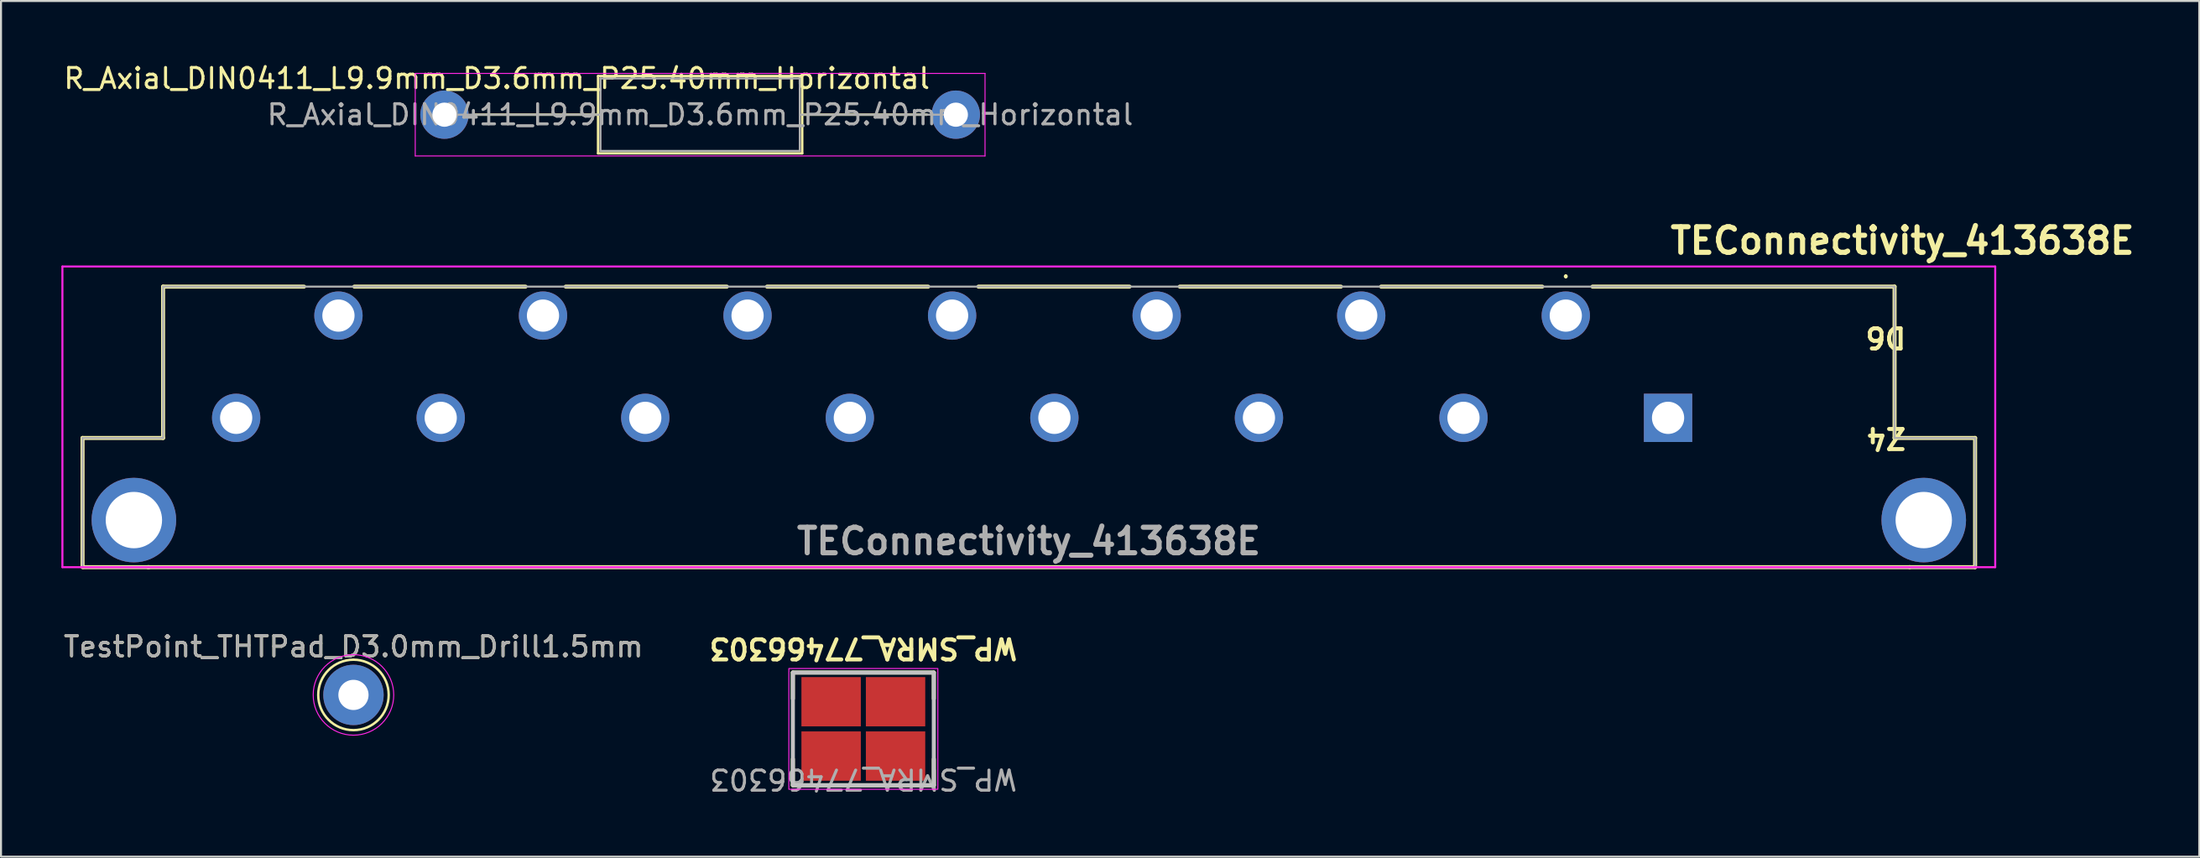
<source format=kicad_pcb>
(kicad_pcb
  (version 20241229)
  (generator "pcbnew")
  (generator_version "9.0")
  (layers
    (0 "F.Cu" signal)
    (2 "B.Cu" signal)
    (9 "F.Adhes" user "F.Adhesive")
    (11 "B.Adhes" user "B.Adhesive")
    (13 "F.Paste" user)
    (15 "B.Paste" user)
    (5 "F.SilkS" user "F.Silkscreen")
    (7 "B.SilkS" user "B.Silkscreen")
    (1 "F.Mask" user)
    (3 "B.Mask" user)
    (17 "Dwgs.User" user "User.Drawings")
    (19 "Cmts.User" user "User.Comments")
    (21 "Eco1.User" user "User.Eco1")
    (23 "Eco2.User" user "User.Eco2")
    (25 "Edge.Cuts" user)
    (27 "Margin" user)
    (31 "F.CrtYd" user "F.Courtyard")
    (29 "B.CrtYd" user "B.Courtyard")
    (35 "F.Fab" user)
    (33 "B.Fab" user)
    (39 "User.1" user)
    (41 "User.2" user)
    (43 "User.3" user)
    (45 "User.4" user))
  (footprint "WP_SMRA_77466303"
    (layer "F.Cu")
    (at 39.831 33.168)
    (property "Reference" "WP_SMRA_77466303" (at 0 -4 180) (unlocked yes) (layer "F.SilkS") (effects (font (size 1 1) (thickness 0.2))))
    (attr smd)
    (fp_line (start -3.5 -2.8) (end -3.5 -1.5) (stroke (width 0.2) (type default)) (layer "F.SilkS"))
    (fp_line (start -3.5 -2.8) (end 3.5 -2.8) (stroke (width 0.2) (type default)) (layer "F.SilkS"))
    (fp_line (start -3.5 1.5) (end -3.5 2.8) (stroke (width 0.2) (type default)) (layer "F.SilkS"))
    (fp_line (start -3.5 2.8) (end 3.5 2.8) (stroke (width 0.2) (type default)) (layer "F.SilkS"))
    (fp_line (start 3.5 -2.8) (end 3.5 -1.5) (stroke (width 0.2) (type default)) (layer "F.SilkS"))
    (fp_line (start 3.5 1.5) (end 3.5 2.8) (stroke (width 0.2) (type default)) (layer "F.SilkS"))
    (fp_rect (start -3.5 -2.8) (end 3.5 2.8) (stroke (width 0.2) (type default)) (fill no) (layer "Dwgs.User"))
    (fp_rect (start -3.7 -3) (end 3.7 3) (stroke (width 0.05) (type default)) (fill no) (layer "F.CrtYd"))
    (fp_text user "${REFERENCE}" (at 0 2.5 180) (unlocked yes) (layer "F.Fab") (effects (font (size 1 1) (thickness 0.15))))
    (pad "1" smd rect (at -1.6 -1.35 180) (size 2.95 2.45) (layers "F.Cu" "F.Mask" "F.Paste"))
    (pad "1" smd rect (at -1.6 1.35 180) (size 2.95 2.45) (layers "F.Cu" "F.Mask" "F.Paste"))
    (pad "1" smd rect (at 1.6 -1.35 180) (size 2.95 2.45) (layers "F.Cu" "F.Mask" "F.Paste"))
    (pad "1" smd rect (at 1.6 1.35 180) (size 2.95 2.45) (layers "F.Cu" "F.Mask" "F.Paste")))
  (footprint "TestPoint_THTPad_D3.0mm_Drill1.5mm"
    (layer "F.Cu")
    (at 14.506 31.48)
    (property "Reference" "TestPoint_THTPad_D3.0mm_Drill1.5mm" (at 0 -2.398 0) (layer "F.SilkS") (effects (font (size 1 1) (thickness 0.15))))
    (attr exclude_from_pos_files)
    (fp_circle (center 0 0) (end 0 1.75) (stroke (width 0.12) (type solid)) (fill no) (layer "F.SilkS"))
    (fp_circle (center 0 0) (end 2 0) (stroke (width 0.05) (type solid)) (fill no) (layer "F.CrtYd"))
    (fp_text user "${REFERENCE}" (at 0 -2.4 0) (layer "F.Fab") (effects (font (size 1 1) (thickness 0.15))))
    (pad "1" thru_hole circle (at 0 0) (size 3 3) (drill 1.5) (layers "*.Cu" "*.Mask")))
  (footprint "R_Axial_DIN0411_L9.9mm_D3.6mm_P25.40mm_Horizontal"
    (layer "F.Cu")
    (at 19.025 2.648)
    (property "Reference" "R_Axial_DIN0411_L9.9mm_D3.6mm_P25.40mm_Horizontal" (at 2.6 -1.8 0) (layer "F.SilkS") (effects (font (size 1 1) (thickness 0.15))))
    (attr through_hole)
    (fp_line (start 1.44 0) (end 7.63 0) (stroke (width 0.12) (type solid)) (layer "F.SilkS"))
    (fp_line (start 7.63 -1.92) (end 7.63 1.92) (stroke (width 0.12) (type solid)) (layer "F.SilkS"))
    (fp_line (start 7.63 1.92) (end 17.77 1.92) (stroke (width 0.12) (type solid)) (layer "F.SilkS"))
    (fp_line (start 17.77 -1.92) (end 7.63 -1.92) (stroke (width 0.12) (type solid)) (layer "F.SilkS"))
    (fp_line (start 17.77 1.92) (end 17.77 -1.92) (stroke (width 0.12) (type solid)) (layer "F.SilkS"))
    (fp_line (start 23.96 0) (end 17.77 0) (stroke (width 0.12) (type solid)) (layer "F.SilkS"))
    (fp_line (start -1.45 -2.05) (end -1.45 2.05) (stroke (width 0.05) (type solid)) (layer "F.CrtYd"))
    (fp_line (start -1.45 2.05) (end 26.85 2.05) (stroke (width 0.05) (type solid)) (layer "F.CrtYd"))
    (fp_line (start 26.85 -2.05) (end -1.45 -2.05) (stroke (width 0.05) (type solid)) (layer "F.CrtYd"))
    (fp_line (start 26.85 2.05) (end 26.85 -2.05) (stroke (width 0.05) (type solid)) (layer "F.CrtYd"))
    (fp_line (start 0 0) (end 7.75 0) (stroke (width 0.1) (type solid)) (layer "F.Fab"))
    (fp_line (start 7.75 -1.8) (end 7.75 1.8) (stroke (width 0.1) (type solid)) (layer "F.Fab"))
    (fp_line (start 7.75 1.8) (end 17.65 1.8) (stroke (width 0.1) (type solid)) (layer "F.Fab"))
    (fp_line (start 17.65 -1.8) (end 7.75 -1.8) (stroke (width 0.1) (type solid)) (layer "F.Fab"))
    (fp_line (start 17.65 1.8) (end 17.65 -1.8) (stroke (width 0.1) (type solid)) (layer "F.Fab"))
    (fp_line (start 25.4 0) (end 17.65 0) (stroke (width 0.1) (type solid)) (layer "F.Fab"))
    (fp_text user "${REFERENCE}" (at 12.7 0 0) (layer "F.Fab") (effects (font (size 1 1) (thickness 0.15))))
    (pad "1" thru_hole circle (at 0 0 180) (size 2.4 2.4) (drill 1.2) (layers "*.Cu" "*.Mask"))
    (pad "2" thru_hole oval (at 25.4 0 180) (size 2.4 2.4) (drill 1.2) (layers "*.Cu" "*.Mask")))
  (footprint "TEConnectivity_413638E"
    (layer "F.Cu")
    (at 74.72 12.632)
    (property "Reference" "TEConnectivity_413638E" (at 16.72 -3.72 0) (layer "F.SilkS") (effects (font (size 1.27 1.27) (thickness 0.254))))
    (attr through_hole dnp)
    (fp_line (start -73.67 6.08) (end -69.67 6.08) (stroke (width 0.2) (type solid)) (layer "F.SilkS"))
    (fp_line (start -73.67 12.5) (end -73.67 6.08) (stroke (width 0.2) (type solid)) (layer "F.SilkS"))
    (fp_line (start -70.375 12.5) (end -73.625 12.5) (stroke (width 0.2) (type solid)) (layer "F.SilkS"))
    (fp_line (start -69.67 -1.44) (end -62.67 -1.44) (stroke (width 0.2) (type solid)) (layer "F.SilkS"))
    (fp_line (start -69.67 6.08) (end -69.67 -1.44) (stroke (width 0.2) (type solid)) (layer "F.SilkS"))
    (fp_line (start -60.17 -1.44) (end -51.67 -1.44) (stroke (width 0.2) (type solid)) (layer "F.SilkS"))
    (fp_line (start -49.67 -1.44) (end -41.67 -1.44) (stroke (width 0.2) (type solid)) (layer "F.SilkS"))
    (fp_line (start -39.67 -1.44) (end -31.67 -1.44) (stroke (width 0.2) (type solid)) (layer "F.SilkS"))
    (fp_line (start -29.17 -1.44) (end -21.67 -1.44) (stroke (width 0.2) (type solid)) (layer "F.SilkS"))
    (fp_line (start -19.17 -1.44) (end -11.17 -1.44) (stroke (width 0.2) (type solid)) (layer "F.SilkS"))
    (fp_line (start -9.17 -1.44) (end -1.17 -1.44) (stroke (width 0.2) (type solid)) (layer "F.SilkS"))
    (fp_line (start 0 -2) (end 0 -2) (stroke (width 0.1) (type solid)) (layer "F.SilkS"))
    (fp_line (start 0 -1.9) (end 0 -1.9) (stroke (width 0.1) (type solid)) (layer "F.SilkS"))
    (fp_line (start 1.33 -1.44) (end 16.33 -1.44) (stroke (width 0.2) (type solid)) (layer "F.SilkS"))
    (fp_line (start 16.33 -1.44) (end 16.33 6.08) (stroke (width 0.2) (type solid)) (layer "F.SilkS"))
    (fp_line (start 16.33 6.08) (end 20.33 6.08) (stroke (width 0.2) (type solid)) (layer "F.SilkS"))
    (fp_line (start 17.08 12.5) (end -70.42 12.5) (stroke (width 0.2) (type solid)) (layer "F.SilkS"))
    (fp_line (start 20.33 6.08) (end 20.33 12.5) (stroke (width 0.2) (type solid)) (layer "F.SilkS"))
    (fp_line (start 20.33 12.5) (end 17.08 12.5) (stroke (width 0.2) (type solid)) (layer "F.SilkS"))
    (fp_arc (start 0 -2) (mid 0.05 -1.95) (end 0 -1.9) (stroke (width 0.1) (type solid)) (layer "F.SilkS"))
    (fp_arc (start 0 -1.9) (mid -0.05 -1.95) (end 0 -2) (stroke (width 0.1) (type solid)) (layer "F.SilkS"))
    (fp_line (start -74.67 -2.44) (end 21.33 -2.44) (stroke (width 0.1) (type solid)) (layer "F.CrtYd"))
    (fp_line (start -74.67 12.5) (end -74.67 -2.44) (stroke (width 0.1) (type solid)) (layer "F.CrtYd"))
    (fp_line (start 21.33 -2.44) (end 21.33 12.5) (stroke (width 0.1) (type solid)) (layer "F.CrtYd"))
    (fp_line (start 21.33 12.5) (end -74.67 12.5) (stroke (width 0.1) (type solid)) (layer "F.CrtYd"))
    (fp_line (start -73.67 6.08) (end -69.67 6.08) (stroke (width 0.1) (type solid)) (layer "F.Fab"))
    (fp_line (start -73.67 12.5) (end -73.67 6.08) (stroke (width 0.1) (type solid)) (layer "F.Fab"))
    (fp_line (start -69.67 -1.44) (end 16.33 -1.44) (stroke (width 0.1) (type solid)) (layer "F.Fab"))
    (fp_line (start -69.67 6.08) (end -69.67 -1.44) (stroke (width 0.1) (type solid)) (layer "F.Fab"))
    (fp_line (start 16.33 -1.44) (end 16.33 6.08) (stroke (width 0.1) (type solid)) (layer "F.Fab"))
    (fp_line (start 16.33 6.08) (end 20.33 6.08) (stroke (width 0.1) (type solid)) (layer "F.Fab"))
    (fp_line (start 20.33 6.08) (end 20.33 12.5) (stroke (width 0.1) (type solid)) (layer "F.Fab"))
    (fp_line (start 20.33 12.5) (end -73.67 12.5) (stroke (width 0.1) (type solid)) (layer "F.Fab"))
    (fp_line (start 20.33 12.5) (end 17.08 12.5) (stroke (width 0.1) (type solid)) (layer "F.Fab"))
    (fp_text user "D6" (at 17 0.5 180) (unlocked yes) (layer "F.SilkS") (effects (font (size 1 1) (thickness 0.2)) (justify left bottom)))
    (fp_text user "Z4" (at 17 5.5 180) (unlocked yes) (layer "F.SilkS") (effects (font (size 1 1) (thickness 0.2)) (justify left bottom)))
    (fp_text user "${REFERENCE}" (at -26.67 11.21 0) (layer "F.Fab") (effects (font (size 1.27 1.27) (thickness 0.254))))
    (pad "D6" thru_hole circle (at 0 0 180) (size 2.4 2.4) (drill 1.6) (layers "*.Cu" "*.Mask"))
    (pad "D10" thru_hole circle (at -10.16 0 180) (size 2.4 2.4) (drill 1.6) (layers "*.Cu" "*.Mask"))
    (pad "D14" thru_hole circle (at -20.32 0 180) (size 2.4 2.4) (drill 1.6) (layers "*.Cu" "*.Mask"))
    (pad "D18" thru_hole circle (at -30.48 0 180) (size 2.4 2.4) (drill 1.6) (layers "*.Cu" "*.Mask"))
    (pad "D22" thru_hole circle (at -40.64 0 180) (size 2.4 2.4) (drill 1.6) (layers "*.Cu" "*.Mask"))
    (pad "D26" thru_hole circle (at -50.8 0 180) (size 2.4 2.4) (drill 1.6) (layers "*.Cu" "*.Mask"))
    (pad "D30" thru_hole circle (at -60.96 0 180) (size 2.4 2.4) (drill 1.6) (layers "*.Cu" "*.Mask"))
    (pad "MH1" thru_hole circle (at 17.78 10.16 180) (size 4.2 4.2) (drill 2.8) (layers "*.Cu" "*.Mask"))
    (pad "MH2" thru_hole circle (at -71.12 10.16 180) (size 4.2 4.2) (drill 2.8) (layers "*.Cu" "*.Mask"))
    (pad "Z4" thru_hole rect (at 5.08 5.08 180) (size 2.4 2.4) (drill 1.6) (layers "*.Cu" "*.Mask"))
    (pad "Z8" thru_hole circle (at -5.08 5.08 180) (size 2.4 2.4) (drill 1.6) (layers "*.Cu" "*.Mask"))
    (pad "Z12" thru_hole circle (at -15.24 5.08 180) (size 2.4 2.4) (drill 1.6) (layers "*.Cu" "*.Mask"))
    (pad "Z16" thru_hole circle (at -25.4 5.08 180) (size 2.4 2.4) (drill 1.6) (layers "*.Cu" "*.Mask"))
    (pad "Z20" thru_hole circle (at -35.56 5.08 180) (size 2.4 2.4) (drill 1.6) (layers "*.Cu" "*.Mask"))
    (pad "Z24" thru_hole circle (at -45.72 5.08 180) (size 2.4 2.4) (drill 1.6) (layers "*.Cu" "*.Mask"))
    (pad "Z28" thru_hole circle (at -55.88 5.08 180) (size 2.4 2.4) (drill 1.6) (layers "*.Cu" "*.Mask"))
    (pad "Z32" thru_hole circle (at -66.04 5.08 180) (size 2.4 2.4) (drill 1.6) (layers "*.Cu" "*.Mask")))
  (gr_rect
    (start -3 -3)
    (end 106.184 39.516)
    (stroke (width 0.1) (type default))
    (fill no)
    (layer "Edge.Cuts")))
</source>
